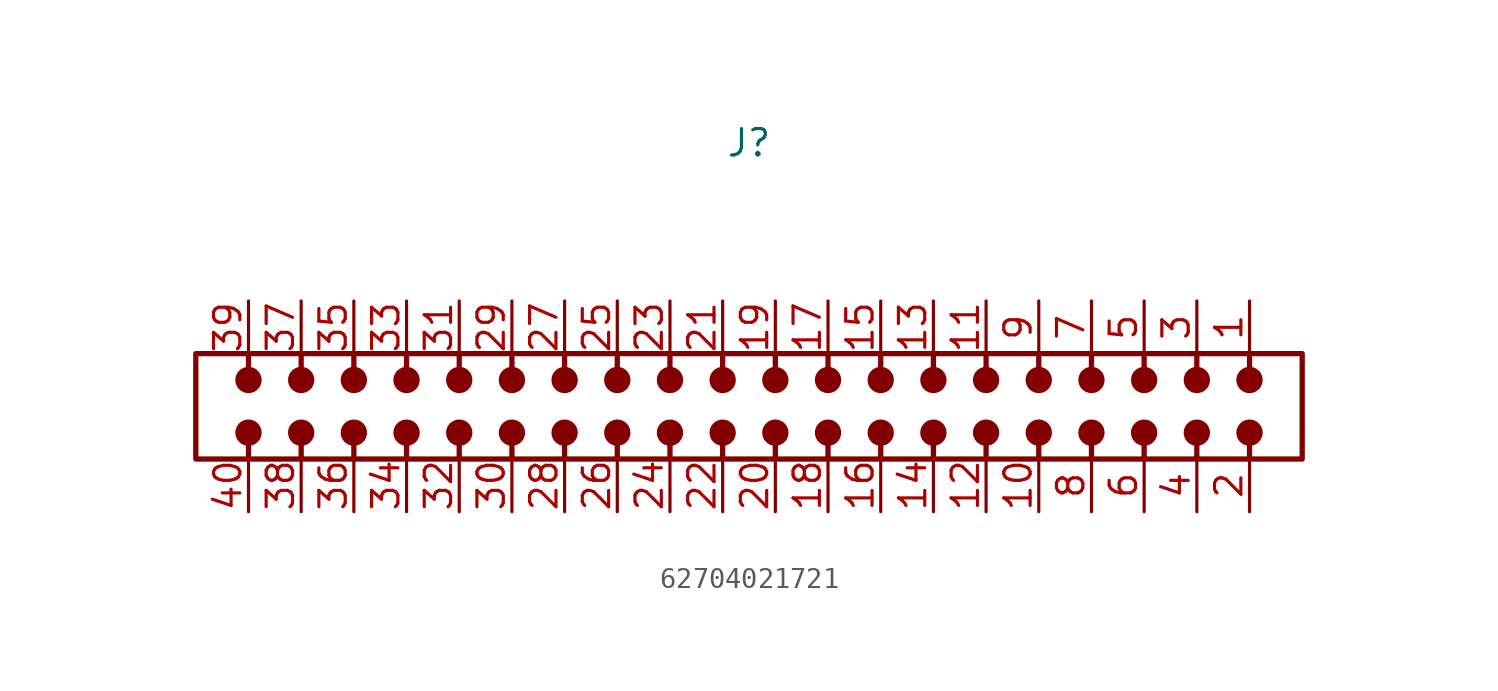
<source format=kicad_sym>
(kicad_symbol_lib
  (version 20241209)
  (generator "kicad_symbol_editor")
  (generator_version "9.0")
  (symbol "62704021721"
    (pin_names
      (hide yes))
    (property "Reference" "J"
      (at 0 12.7 0)
      (effects (font (size 1.27 1.27))))
    (symbol "62704021721_1_1"
      (rectangle (start -26.67 2.54) (end 26.67 -2.54) (stroke (width 0.254) (type solid)) (fill (type none)))
      (polyline (pts (xy -24.13 1.778) (xy -24.13 2.54)) (stroke (width 0.254) (type solid)) (fill (type none)))
      (circle (center -24.13 1.27) (radius 0.508) (stroke (width 0.254) (type solid)) (fill (type outline)))
      (circle (center -24.13 -1.27) (radius 0.508) (stroke (width 0.254) (type solid)) (fill (type outline)))
      (polyline (pts (xy -24.13 -1.778) (xy -24.13 -2.54)) (stroke (width 0.254) (type solid)) (fill (type none)))
      (polyline (pts (xy -21.59 1.778) (xy -21.59 2.54)) (stroke (width 0.254) (type solid)) (fill (type none)))
      (circle (center -21.59 1.27) (radius 0.508) (stroke (width 0.254) (type solid)) (fill (type outline)))
      (circle (center -21.59 -1.27) (radius 0.508) (stroke (width 0.254) (type solid)) (fill (type outline)))
      (polyline (pts (xy -21.59 -1.778) (xy -21.59 -2.54)) (stroke (width 0.254) (type solid)) (fill (type none)))
      (polyline (pts (xy -19.05 1.778) (xy -19.05 2.54)) (stroke (width 0.254) (type solid)) (fill (type none)))
      (circle (center -19.05 1.27) (radius 0.508) (stroke (width 0.254) (type solid)) (fill (type outline)))
      (circle (center -19.05 -1.27) (radius 0.508) (stroke (width 0.254) (type solid)) (fill (type outline)))
      (polyline (pts (xy -19.05 -1.778) (xy -19.05 -2.54)) (stroke (width 0.254) (type solid)) (fill (type none)))
      (polyline (pts (xy -16.51 1.778) (xy -16.51 2.54)) (stroke (width 0.254) (type solid)) (fill (type none)))
      (circle (center -16.51 1.27) (radius 0.508) (stroke (width 0.254) (type solid)) (fill (type outline)))
      (circle (center -16.51 -1.27) (radius 0.508) (stroke (width 0.254) (type solid)) (fill (type outline)))
      (polyline (pts (xy -16.51 -1.778) (xy -16.51 -2.54)) (stroke (width 0.254) (type solid)) (fill (type none)))
      (polyline (pts (xy -13.97 1.778) (xy -13.97 2.54)) (stroke (width 0.254) (type solid)) (fill (type none)))
      (circle (center -13.97 1.27) (radius 0.508) (stroke (width 0.254) (type solid)) (fill (type outline)))
      (circle (center -13.97 -1.27) (radius 0.508) (stroke (width 0.254) (type solid)) (fill (type outline)))
      (polyline (pts (xy -13.97 -1.778) (xy -13.97 -2.54)) (stroke (width 0.254) (type solid)) (fill (type none)))
      (polyline (pts (xy -11.43 1.778) (xy -11.43 2.54)) (stroke (width 0.254) (type solid)) (fill (type none)))
      (circle (center -11.43 1.27) (radius 0.508) (stroke (width 0.254) (type solid)) (fill (type outline)))
      (circle (center -11.43 -1.27) (radius 0.508) (stroke (width 0.254) (type solid)) (fill (type outline)))
      (polyline (pts (xy -11.43 -1.778) (xy -11.43 -2.54)) (stroke (width 0.254) (type solid)) (fill (type none)))
      (polyline (pts (xy -8.89 1.778) (xy -8.89 2.54)) (stroke (width 0.254) (type solid)) (fill (type none)))
      (circle (center -8.89 1.27) (radius 0.508) (stroke (width 0.254) (type solid)) (fill (type outline)))
      (circle (center -8.89 -1.27) (radius 0.508) (stroke (width 0.254) (type solid)) (fill (type outline)))
      (polyline (pts (xy -8.89 -1.778) (xy -8.89 -2.54)) (stroke (width 0.254) (type solid)) (fill (type none)))
      (polyline (pts (xy -6.35 1.778) (xy -6.35 2.54)) (stroke (width 0.254) (type solid)) (fill (type none)))
      (circle (center -6.35 1.27) (radius 0.508) (stroke (width 0.254) (type solid)) (fill (type outline)))
      (circle (center -6.35 -1.27) (radius 0.508) (stroke (width 0.254) (type solid)) (fill (type outline)))
      (polyline (pts (xy -6.35 -1.778) (xy -6.35 -2.54)) (stroke (width 0.254) (type solid)) (fill (type none)))
      (polyline (pts (xy -3.81 1.778) (xy -3.81 2.54)) (stroke (width 0.254) (type solid)) (fill (type none)))
      (circle (center -3.81 1.27) (radius 0.508) (stroke (width 0.254) (type solid)) (fill (type outline)))
      (circle (center -3.81 -1.27) (radius 0.508) (stroke (width 0.254) (type solid)) (fill (type outline)))
      (polyline (pts (xy -3.81 -1.778) (xy -3.81 -2.54)) (stroke (width 0.254) (type solid)) (fill (type none)))
      (polyline (pts (xy -1.27 1.778) (xy -1.27 2.54)) (stroke (width 0.254) (type solid)) (fill (type none)))
      (circle (center -1.27 1.27) (radius 0.508) (stroke (width 0.254) (type solid)) (fill (type outline)))
      (circle (center -1.27 -1.27) (radius 0.508) (stroke (width 0.254) (type solid)) (fill (type outline)))
      (polyline (pts (xy -1.27 -1.778) (xy -1.27 -2.54)) (stroke (width 0.254) (type solid)) (fill (type none)))
      (polyline (pts (xy 1.27 1.778) (xy 1.27 2.54)) (stroke (width 0.254) (type solid)) (fill (type none)))
      (circle (center 1.27 1.27) (radius 0.508) (stroke (width 0.254) (type solid)) (fill (type outline)))
      (circle (center 1.27 -1.27) (radius 0.508) (stroke (width 0.254) (type solid)) (fill (type outline)))
      (polyline (pts (xy 1.27 -1.778) (xy 1.27 -2.54)) (stroke (width 0.254) (type solid)) (fill (type none)))
      (polyline (pts (xy 3.81 1.778) (xy 3.81 2.54)) (stroke (width 0.254) (type solid)) (fill (type none)))
      (circle (center 3.81 1.27) (radius 0.508) (stroke (width 0.254) (type solid)) (fill (type outline)))
      (circle (center 3.81 -1.27) (radius 0.508) (stroke (width 0.254) (type solid)) (fill (type outline)))
      (polyline (pts (xy 3.81 -1.778) (xy 3.81 -2.54)) (stroke (width 0.254) (type solid)) (fill (type none)))
      (polyline (pts (xy 6.35 1.778) (xy 6.35 2.54)) (stroke (width 0.254) (type solid)) (fill (type none)))
      (circle (center 6.35 1.27) (radius 0.508) (stroke (width 0.254) (type solid)) (fill (type outline)))
      (circle (center 6.35 -1.27) (radius 0.508) (stroke (width 0.254) (type solid)) (fill (type outline)))
      (polyline (pts (xy 6.35 -1.778) (xy 6.35 -2.54)) (stroke (width 0.254) (type solid)) (fill (type none)))
      (polyline (pts (xy 8.89 1.778) (xy 8.89 2.54)) (stroke (width 0.254) (type solid)) (fill (type none)))
      (circle (center 8.89 1.27) (radius 0.508) (stroke (width 0.254) (type solid)) (fill (type outline)))
      (circle (center 8.89 -1.27) (radius 0.508) (stroke (width 0.254) (type solid)) (fill (type outline)))
      (polyline (pts (xy 8.89 -1.778) (xy 8.89 -2.54)) (stroke (width 0.254) (type solid)) (fill (type none)))
      (polyline (pts (xy 11.43 1.778) (xy 11.43 2.54)) (stroke (width 0.254) (type solid)) (fill (type none)))
      (circle (center 11.43 1.27) (radius 0.508) (stroke (width 0.254) (type solid)) (fill (type outline)))
      (circle (center 11.43 -1.27) (radius 0.508) (stroke (width 0.254) (type solid)) (fill (type outline)))
      (polyline (pts (xy 11.43 -1.778) (xy 11.43 -2.54)) (stroke (width 0.254) (type solid)) (fill (type none)))
      (polyline (pts (xy 13.97 1.778) (xy 13.97 2.54)) (stroke (width 0.254) (type solid)) (fill (type none)))
      (circle (center 13.97 1.27) (radius 0.508) (stroke (width 0.254) (type solid)) (fill (type outline)))
      (circle (center 13.97 -1.27) (radius 0.508) (stroke (width 0.254) (type solid)) (fill (type outline)))
      (polyline (pts (xy 13.97 -1.778) (xy 13.97 -2.54)) (stroke (width 0.254) (type solid)) (fill (type none)))
      (polyline (pts (xy 16.51 1.778) (xy 16.51 2.54)) (stroke (width 0.254) (type solid)) (fill (type none)))
      (circle (center 16.51 1.27) (radius 0.508) (stroke (width 0.254) (type solid)) (fill (type outline)))
      (circle (center 16.51 -1.27) (radius 0.508) (stroke (width 0.254) (type solid)) (fill (type outline)))
      (polyline (pts (xy 16.51 -1.778) (xy 16.51 -2.54)) (stroke (width 0.254) (type solid)) (fill (type none)))
      (polyline (pts (xy 19.05 1.778) (xy 19.05 2.54)) (stroke (width 0.254) (type solid)) (fill (type none)))
      (circle (center 19.05 1.27) (radius 0.508) (stroke (width 0.254) (type solid)) (fill (type outline)))
      (circle (center 19.05 -1.27) (radius 0.508) (stroke (width 0.254) (type solid)) (fill (type outline)))
      (polyline (pts (xy 19.05 -1.778) (xy 19.05 -2.54)) (stroke (width 0.254) (type solid)) (fill (type none)))
      (polyline (pts (xy 21.59 1.778) (xy 21.59 2.54)) (stroke (width 0.254) (type solid)) (fill (type none)))
      (circle (center 21.59 1.27) (radius 0.508) (stroke (width 0.254) (type solid)) (fill (type outline)))
      (circle (center 21.59 -1.27) (radius 0.508) (stroke (width 0.254) (type solid)) (fill (type outline)))
      (polyline (pts (xy 21.59 -1.778) (xy 21.59 -2.54)) (stroke (width 0.254) (type solid)) (fill (type none)))
      (polyline (pts (xy 24.13 1.778) (xy 24.13 2.54)) (stroke (width 0.254) (type solid)) (fill (type none)))
      (circle (center 24.13 1.27) (radius 0.508) (stroke (width 0.254) (type solid)) (fill (type outline)))
      (circle (center 24.13 -1.27) (radius 0.508) (stroke (width 0.254) (type solid)) (fill (type outline)))
      (polyline (pts (xy 24.13 -1.778) (xy 24.13 -2.54)) (stroke (width 0.254) (type solid)) (fill (type none)))
      (pin passive line (at -24.13 5.08 270) (length 2.54) (name "39" (effects (font (size 1.27 1.27)))) (number "39" (effects (font (size 1.27 1.27)))))
      (pin passive line (at -24.13 -5.08 90) (length 2.54) (name "40" (effects (font (size 1.27 1.27)))) (number "40" (effects (font (size 1.27 1.27)))))
      (pin passive line (at -21.59 5.08 270) (length 2.54) (name "37" (effects (font (size 1.27 1.27)))) (number "37" (effects (font (size 1.27 1.27)))))
      (pin passive line (at -21.59 -5.08 90) (length 2.54) (name "38" (effects (font (size 1.27 1.27)))) (number "38" (effects (font (size 1.27 1.27)))))
      (pin passive line (at -19.05 5.08 270) (length 2.54) (name "35" (effects (font (size 1.27 1.27)))) (number "35" (effects (font (size 1.27 1.27)))))
      (pin passive line (at -19.05 -5.08 90) (length 2.54) (name "36" (effects (font (size 1.27 1.27)))) (number "36" (effects (font (size 1.27 1.27)))))
      (pin passive line (at -16.51 5.08 270) (length 2.54) (name "33" (effects (font (size 1.27 1.27)))) (number "33" (effects (font (size 1.27 1.27)))))
      (pin passive line (at -16.51 -5.08 90) (length 2.54) (name "34" (effects (font (size 1.27 1.27)))) (number "34" (effects (font (size 1.27 1.27)))))
      (pin passive line (at -13.97 5.08 270) (length 2.54) (name "31" (effects (font (size 1.27 1.27)))) (number "31" (effects (font (size 1.27 1.27)))))
      (pin passive line (at -13.97 -5.08 90) (length 2.54) (name "32" (effects (font (size 1.27 1.27)))) (number "32" (effects (font (size 1.27 1.27)))))
      (pin passive line (at -11.43 5.08 270) (length 2.54) (name "29" (effects (font (size 1.27 1.27)))) (number "29" (effects (font (size 1.27 1.27)))))
      (pin passive line (at -11.43 -5.08 90) (length 2.54) (name "30" (effects (font (size 1.27 1.27)))) (number "30" (effects (font (size 1.27 1.27)))))
      (pin passive line (at -8.89 5.08 270) (length 2.54) (name "27" (effects (font (size 1.27 1.27)))) (number "27" (effects (font (size 1.27 1.27)))))
      (pin passive line (at -8.89 -5.08 90) (length 2.54) (name "28" (effects (font (size 1.27 1.27)))) (number "28" (effects (font (size 1.27 1.27)))))
      (pin passive line (at -6.35 5.08 270) (length 2.54) (name "25" (effects (font (size 1.27 1.27)))) (number "25" (effects (font (size 1.27 1.27)))))
      (pin passive line (at -6.35 -5.08 90) (length 2.54) (name "26" (effects (font (size 1.27 1.27)))) (number "26" (effects (font (size 1.27 1.27)))))
      (pin passive line (at -3.81 5.08 270) (length 2.54) (name "23" (effects (font (size 1.27 1.27)))) (number "23" (effects (font (size 1.27 1.27)))))
      (pin passive line (at -3.81 -5.08 90) (length 2.54) (name "24" (effects (font (size 1.27 1.27)))) (number "24" (effects (font (size 1.27 1.27)))))
      (pin passive line (at -1.27 5.08 270) (length 2.54) (name "21" (effects (font (size 1.27 1.27)))) (number "21" (effects (font (size 1.27 1.27)))))
      (pin passive line (at -1.27 -5.08 90) (length 2.54) (name "22" (effects (font (size 1.27 1.27)))) (number "22" (effects (font (size 1.27 1.27)))))
      (pin passive line (at 1.27 5.08 270) (length 2.54) (name "19" (effects (font (size 1.27 1.27)))) (number "19" (effects (font (size 1.27 1.27)))))
      (pin passive line (at 1.27 -5.08 90) (length 2.54) (name "20" (effects (font (size 1.27 1.27)))) (number "20" (effects (font (size 1.27 1.27)))))
      (pin passive line (at 3.81 5.08 270) (length 2.54) (name "17" (effects (font (size 1.27 1.27)))) (number "17" (effects (font (size 1.27 1.27)))))
      (pin passive line (at 3.81 -5.08 90) (length 2.54) (name "18" (effects (font (size 1.27 1.27)))) (number "18" (effects (font (size 1.27 1.27)))))
      (pin passive line (at 6.35 5.08 270) (length 2.54) (name "15" (effects (font (size 1.27 1.27)))) (number "15" (effects (font (size 1.27 1.27)))))
      (pin passive line (at 6.35 -5.08 90) (length 2.54) (name "16" (effects (font (size 1.27 1.27)))) (number "16" (effects (font (size 1.27 1.27)))))
      (pin passive line (at 8.89 5.08 270) (length 2.54) (name "13" (effects (font (size 1.27 1.27)))) (number "13" (effects (font (size 1.27 1.27)))))
      (pin passive line (at 8.89 -5.08 90) (length 2.54) (name "14" (effects (font (size 1.27 1.27)))) (number "14" (effects (font (size 1.27 1.27)))))
      (pin passive line (at 11.43 5.08 270) (length 2.54) (name "11" (effects (font (size 1.27 1.27)))) (number "11" (effects (font (size 1.27 1.27)))))
      (pin passive line (at 11.43 -5.08 90) (length 2.54) (name "12" (effects (font (size 1.27 1.27)))) (number "12" (effects (font (size 1.27 1.27)))))
      (pin passive line (at 13.97 5.08 270) (length 2.54) (name "9" (effects (font (size 1.27 1.27)))) (number "9" (effects (font (size 1.27 1.27)))))
      (pin passive line (at 13.97 -5.08 90) (length 2.54) (name "10" (effects (font (size 1.27 1.27)))) (number "10" (effects (font (size 1.27 1.27)))))
      (pin passive line (at 16.51 5.08 270) (length 2.54) (name "7" (effects (font (size 1.27 1.27)))) (number "7" (effects (font (size 1.27 1.27)))))
      (pin passive line (at 16.51 -5.08 90) (length 2.54) (name "8" (effects (font (size 1.27 1.27)))) (number "8" (effects (font (size 1.27 1.27)))))
      (pin passive line (at 19.05 5.08 270) (length 2.54) (name "5" (effects (font (size 1.27 1.27)))) (number "5" (effects (font (size 1.27 1.27)))))
      (pin passive line (at 19.05 -5.08 90) (length 2.54) (name "6" (effects (font (size 1.27 1.27)))) (number "6" (effects (font (size 1.27 1.27)))))
      (pin passive line (at 21.59 5.08 270) (length 2.54) (name "3" (effects (font (size 1.27 1.27)))) (number "3" (effects (font (size 1.27 1.27)))))
      (pin passive line (at 21.59 -5.08 90) (length 2.54) (name "4" (effects (font (size 1.27 1.27)))) (number "4" (effects (font (size 1.27 1.27)))))
      (pin passive line (at 24.13 5.08 270) (length 2.54) (name "1" (effects (font (size 1.27 1.27)))) (number "1" (effects (font (size 1.27 1.27)))))
      (pin passive line (at 24.13 -5.08 90) (length 2.54) (name "2" (effects (font (size 1.27 1.27)))) (number "2" (effects (font (size 1.27 1.27))))))))
</source>
